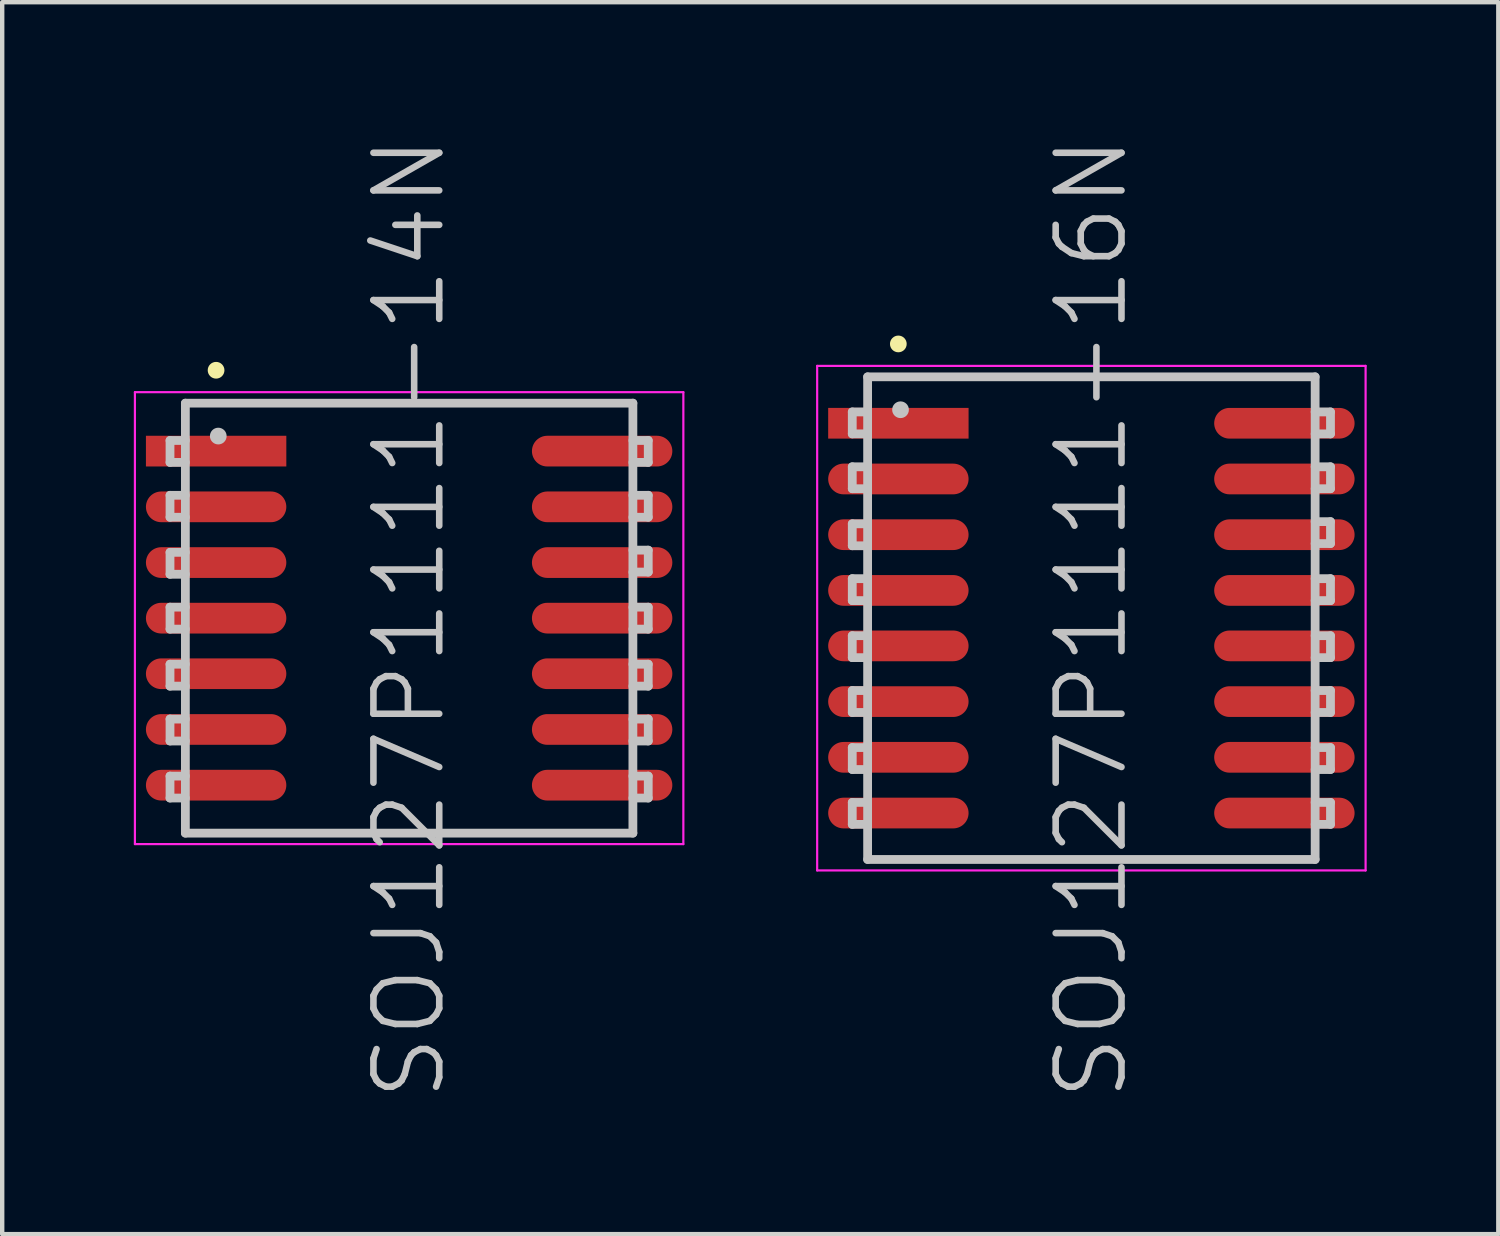
<source format=kicad_pcb>
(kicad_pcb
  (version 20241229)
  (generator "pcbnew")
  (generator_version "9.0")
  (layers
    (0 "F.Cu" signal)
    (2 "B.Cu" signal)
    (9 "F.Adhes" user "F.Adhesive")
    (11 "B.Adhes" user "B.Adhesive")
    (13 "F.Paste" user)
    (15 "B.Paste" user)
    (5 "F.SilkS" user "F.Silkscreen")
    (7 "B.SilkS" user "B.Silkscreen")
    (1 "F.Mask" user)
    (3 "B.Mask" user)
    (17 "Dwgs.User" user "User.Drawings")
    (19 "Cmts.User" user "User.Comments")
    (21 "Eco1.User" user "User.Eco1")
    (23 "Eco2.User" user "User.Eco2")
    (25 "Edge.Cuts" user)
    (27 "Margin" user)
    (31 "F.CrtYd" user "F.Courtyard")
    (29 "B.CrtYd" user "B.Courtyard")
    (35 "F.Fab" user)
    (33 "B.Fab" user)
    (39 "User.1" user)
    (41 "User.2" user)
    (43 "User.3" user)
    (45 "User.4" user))
  (footprint "SOJ127P1111-14N"
    (layer "F.Cu")
    (at 6.275 11.039)
    (property "Reference" "SOJ127P1111-14N" (at 0 0 90) (layer "Dwgs.User") (effects (font (size 1.5 1.5) (thickness 0.15))))
    (attr smd)
    (fp_line (start -4.4 -5.65) (end -4.4 -5.65) (stroke (width 0.381) (type solid)) (layer "F.SilkS"))
    (fp_line (start -5.45 -4.05) (end -5.45 -3.55) (stroke (width 0.2) (type solid)) (layer "Dwgs.User"))
    (fp_line (start -5.45 -3.55) (end -5.1 -3.55) (stroke (width 0.2) (type solid)) (layer "Dwgs.User"))
    (fp_line (start -5.45 -2.8) (end -5.45 -2.3) (stroke (width 0.2) (type solid)) (layer "Dwgs.User"))
    (fp_line (start -5.45 -2.3) (end -5.1 -2.3) (stroke (width 0.2) (type solid)) (layer "Dwgs.User"))
    (fp_line (start -5.45 -1.5) (end -5.45 -1) (stroke (width 0.2) (type solid)) (layer "Dwgs.User"))
    (fp_line (start -5.45 -1) (end -5.1 -1) (stroke (width 0.2) (type solid)) (layer "Dwgs.User"))
    (fp_line (start -5.45 -0.25) (end -5.45 0.25) (stroke (width 0.2) (type solid)) (layer "Dwgs.User"))
    (fp_line (start -5.45 0.25) (end -5.1 0.25) (stroke (width 0.2) (type solid)) (layer "Dwgs.User"))
    (fp_line (start -5.45 1.05) (end -5.45 1.55) (stroke (width 0.2) (type solid)) (layer "Dwgs.User"))
    (fp_line (start -5.45 1.55) (end -5.1 1.55) (stroke (width 0.2) (type solid)) (layer "Dwgs.User"))
    (fp_line (start -5.45 2.3) (end -5.45 2.8) (stroke (width 0.2) (type solid)) (layer "Dwgs.User"))
    (fp_line (start -5.45 2.8) (end -5.1 2.8) (stroke (width 0.2) (type solid)) (layer "Dwgs.User"))
    (fp_line (start -5.45 3.6) (end -5.45 4.1) (stroke (width 0.2) (type solid)) (layer "Dwgs.User"))
    (fp_line (start -5.45 4.1) (end -5.1 4.1) (stroke (width 0.2) (type solid)) (layer "Dwgs.User"))
    (fp_line (start -5.1 -4.9) (end -5.1 4.9) (stroke (width 0.2) (type solid)) (layer "Dwgs.User"))
    (fp_line (start -5.1 -4.9) (end 5.1 -4.9) (stroke (width 0.2) (type solid)) (layer "Dwgs.User"))
    (fp_line (start -5.1 -4.05) (end -5.45 -4.05) (stroke (width 0.2) (type solid)) (layer "Dwgs.User"))
    (fp_line (start -5.1 -2.8) (end -5.45 -2.8) (stroke (width 0.2) (type solid)) (layer "Dwgs.User"))
    (fp_line (start -5.1 -1.5) (end -5.45 -1.5) (stroke (width 0.2) (type solid)) (layer "Dwgs.User"))
    (fp_line (start -5.1 -0.25) (end -5.45 -0.25) (stroke (width 0.2) (type solid)) (layer "Dwgs.User"))
    (fp_line (start -5.1 1.05) (end -5.45 1.05) (stroke (width 0.2) (type solid)) (layer "Dwgs.User"))
    (fp_line (start -5.1 2.3) (end -5.45 2.3) (stroke (width 0.2) (type solid)) (layer "Dwgs.User"))
    (fp_line (start -5.1 3.6) (end -5.45 3.6) (stroke (width 0.2) (type solid)) (layer "Dwgs.User"))
    (fp_line (start -5.1 4.9) (end 5.1 4.9) (stroke (width 0.2) (type solid)) (layer "Dwgs.User"))
    (fp_line (start -4.35 -4.15) (end -4.35 -4.15) (stroke (width 0.381) (type solid)) (layer "Dwgs.User"))
    (fp_line (start 5.1 -4.9) (end 5.1 4.9) (stroke (width 0.2) (type solid)) (layer "Dwgs.User"))
    (fp_line (start 5.1 -4.05) (end 5.45 -4.05) (stroke (width 0.2) (type solid)) (layer "Dwgs.User"))
    (fp_line (start 5.1 -2.8) (end 5.45 -2.8) (stroke (width 0.2) (type solid)) (layer "Dwgs.User"))
    (fp_line (start 5.1 -1.55) (end 5.45 -1.55) (stroke (width 0.2) (type solid)) (layer "Dwgs.User"))
    (fp_line (start 5.1 -0.25) (end 5.45 -0.25) (stroke (width 0.2) (type solid)) (layer "Dwgs.User"))
    (fp_line (start 5.1 1.05) (end 5.45 1.05) (stroke (width 0.2) (type solid)) (layer "Dwgs.User"))
    (fp_line (start 5.1 2.3) (end 5.45 2.3) (stroke (width 0.2) (type solid)) (layer "Dwgs.User"))
    (fp_line (start 5.1 3.6) (end 5.45 3.6) (stroke (width 0.2) (type solid)) (layer "Dwgs.User"))
    (fp_line (start 5.45 -4.05) (end 5.45 -3.55) (stroke (width 0.2) (type solid)) (layer "Dwgs.User"))
    (fp_line (start 5.45 -3.55) (end 5.1 -3.55) (stroke (width 0.2) (type solid)) (layer "Dwgs.User"))
    (fp_line (start 5.45 -2.8) (end 5.45 -2.3) (stroke (width 0.2) (type solid)) (layer "Dwgs.User"))
    (fp_line (start 5.45 -2.3) (end 5.1 -2.3) (stroke (width 0.2) (type solid)) (layer "Dwgs.User"))
    (fp_line (start 5.45 -1.55) (end 5.45 -1.05) (stroke (width 0.2) (type solid)) (layer "Dwgs.User"))
    (fp_line (start 5.45 -1.05) (end 5.1 -1.05) (stroke (width 0.2) (type solid)) (layer "Dwgs.User"))
    (fp_line (start 5.45 -0.25) (end 5.45 0.25) (stroke (width 0.2) (type solid)) (layer "Dwgs.User"))
    (fp_line (start 5.45 0.25) (end 5.1 0.25) (stroke (width 0.2) (type solid)) (layer "Dwgs.User"))
    (fp_line (start 5.45 1.05) (end 5.45 1.55) (stroke (width 0.2) (type solid)) (layer "Dwgs.User"))
    (fp_line (start 5.45 1.55) (end 5.1 1.55) (stroke (width 0.2) (type solid)) (layer "Dwgs.User"))
    (fp_line (start 5.45 2.3) (end 5.45 2.8) (stroke (width 0.2) (type solid)) (layer "Dwgs.User"))
    (fp_line (start 5.45 2.8) (end 5.1 2.8) (stroke (width 0.2) (type solid)) (layer "Dwgs.User"))
    (fp_line (start 5.45 3.6) (end 5.45 4.1) (stroke (width 0.2) (type solid)) (layer "Dwgs.User"))
    (fp_line (start 5.45 4.1) (end 5.1 4.1) (stroke (width 0.2) (type solid)) (layer "Dwgs.User"))
    (fp_line (start -6.25 -5.15) (end -6.25 5.15) (stroke (width 0.05) (type solid)) (layer "F.CrtYd"))
    (fp_line (start -6.25 -5.15) (end 6.25 -5.15) (stroke (width 0.05) (type solid)) (layer "F.CrtYd"))
    (fp_line (start -6.25 5.15) (end 6.25 5.15) (stroke (width 0.05) (type solid)) (layer "F.CrtYd"))
    (fp_line (start 6.25 -5.15) (end 6.25 5.15) (stroke (width 0.05) (type solid)) (layer "F.CrtYd"))
    (pad "1" smd rect (at -4.399 -3.807 90) (size 0.7 3.2) (layers "F.Cu" "F.Mask" "F.Paste"))
    (pad "2" smd oval (at -4.399 -2.537 90) (size 0.7 3.2) (layers "F.Cu" "F.Mask" "F.Paste"))
    (pad "3" smd oval (at -4.399 -1.267 90) (size 0.7 3.2) (layers "F.Cu" "F.Mask" "F.Paste"))
    (pad "4" smd oval (at -4.399 0 90) (size 0.7 3.2) (layers "F.Cu" "F.Mask" "F.Paste"))
    (pad "5" smd oval (at -4.399 1.267 90) (size 0.7 3.2) (layers "F.Cu" "F.Mask" "F.Paste"))
    (pad "6" smd oval (at -4.399 2.537 90) (size 0.7 3.2) (layers "F.Cu" "F.Mask" "F.Paste"))
    (pad "7" smd oval (at -4.399 3.807 90) (size 0.7 3.2) (layers "F.Cu" "F.Mask" "F.Paste"))
    (pad "8" smd oval (at 4.399 3.807 270) (size 0.7 3.2) (layers "F.Cu" "F.Mask" "F.Paste"))
    (pad "9" smd oval (at 4.399 2.537 270) (size 0.7 3.2) (layers "F.Cu" "F.Mask" "F.Paste"))
    (pad "10" smd oval (at 4.399 1.267 270) (size 0.7 3.2) (layers "F.Cu" "F.Mask" "F.Paste"))
    (pad "11" smd oval (at 4.399 0 270) (size 0.7 3.2) (layers "F.Cu" "F.Mask" "F.Paste"))
    (pad "12" smd oval (at 4.399 -1.267 270) (size 0.7 3.2) (layers "F.Cu" "F.Mask" "F.Paste"))
    (pad "13" smd oval (at 4.399 -2.537 270) (size 0.7 3.2) (layers "F.Cu" "F.Mask" "F.Paste"))
    (pad "14" smd oval (at 4.399 -3.807 270) (size 0.7 3.2) (layers "F.Cu" "F.Mask" "F.Paste")))
  (footprint "SOJ127P1111-16N"
    (layer "F.Cu")
    (at 21.825 11.039)
    (property "Reference" "SOJ127P1111-16N" (at 0 0 90) (layer "Dwgs.User") (effects (font (size 1.5 1.5) (thickness 0.15))))
    (attr smd)
    (fp_line (start -4.4 -6.25) (end -4.4 -6.25) (stroke (width 0.381) (type solid)) (layer "F.SilkS"))
    (fp_line (start -5.45 -4.7) (end -5.45 -4.2) (stroke (width 0.2) (type solid)) (layer "Dwgs.User"))
    (fp_line (start -5.45 -4.2) (end -5.1 -4.2) (stroke (width 0.2) (type solid)) (layer "Dwgs.User"))
    (fp_line (start -5.45 -3.45) (end -5.45 -2.95) (stroke (width 0.2) (type solid)) (layer "Dwgs.User"))
    (fp_line (start -5.45 -2.95) (end -5.1 -2.95) (stroke (width 0.2) (type solid)) (layer "Dwgs.User"))
    (fp_line (start -5.45 -2.15) (end -5.45 -1.65) (stroke (width 0.2) (type solid)) (layer "Dwgs.User"))
    (fp_line (start -5.45 -1.65) (end -5.1 -1.65) (stroke (width 0.2) (type solid)) (layer "Dwgs.User"))
    (fp_line (start -5.45 -0.9) (end -5.45 -0.4) (stroke (width 0.2) (type solid)) (layer "Dwgs.User"))
    (fp_line (start -5.45 -0.4) (end -5.1 -0.4) (stroke (width 0.2) (type solid)) (layer "Dwgs.User"))
    (fp_line (start -5.45 0.4) (end -5.45 0.9) (stroke (width 0.2) (type solid)) (layer "Dwgs.User"))
    (fp_line (start -5.45 0.9) (end -5.1 0.9) (stroke (width 0.2) (type solid)) (layer "Dwgs.User"))
    (fp_line (start -5.45 1.65) (end -5.45 2.15) (stroke (width 0.2) (type solid)) (layer "Dwgs.User"))
    (fp_line (start -5.45 2.15) (end -5.1 2.15) (stroke (width 0.2) (type solid)) (layer "Dwgs.User"))
    (fp_line (start -5.45 2.95) (end -5.45 3.45) (stroke (width 0.2) (type solid)) (layer "Dwgs.User"))
    (fp_line (start -5.45 3.45) (end -5.1 3.45) (stroke (width 0.2) (type solid)) (layer "Dwgs.User"))
    (fp_line (start -5.45 4.2) (end -5.45 4.7) (stroke (width 0.2) (type solid)) (layer "Dwgs.User"))
    (fp_line (start -5.45 4.7) (end -5.1 4.7) (stroke (width 0.2) (type solid)) (layer "Dwgs.User"))
    (fp_line (start -5.1 -5.5) (end -5.1 5.5) (stroke (width 0.2) (type solid)) (layer "Dwgs.User"))
    (fp_line (start -5.1 -5.5) (end 5.1 -5.5) (stroke (width 0.2) (type solid)) (layer "Dwgs.User"))
    (fp_line (start -5.1 -4.7) (end -5.45 -4.7) (stroke (width 0.2) (type solid)) (layer "Dwgs.User"))
    (fp_line (start -5.1 -3.45) (end -5.45 -3.45) (stroke (width 0.2) (type solid)) (layer "Dwgs.User"))
    (fp_line (start -5.1 -2.15) (end -5.45 -2.15) (stroke (width 0.2) (type solid)) (layer "Dwgs.User"))
    (fp_line (start -5.1 -0.9) (end -5.45 -0.9) (stroke (width 0.2) (type solid)) (layer "Dwgs.User"))
    (fp_line (start -5.1 0.4) (end -5.45 0.4) (stroke (width 0.2) (type solid)) (layer "Dwgs.User"))
    (fp_line (start -5.1 1.65) (end -5.45 1.65) (stroke (width 0.2) (type solid)) (layer "Dwgs.User"))
    (fp_line (start -5.1 2.95) (end -5.45 2.95) (stroke (width 0.2) (type solid)) (layer "Dwgs.User"))
    (fp_line (start -5.1 4.2) (end -5.45 4.2) (stroke (width 0.2) (type solid)) (layer "Dwgs.User"))
    (fp_line (start -5.1 5.5) (end 5.1 5.5) (stroke (width 0.2) (type solid)) (layer "Dwgs.User"))
    (fp_line (start -4.35 -4.75) (end -4.35 -4.75) (stroke (width 0.381) (type solid)) (layer "Dwgs.User"))
    (fp_line (start 5.1 -5.5) (end 5.1 5.5) (stroke (width 0.2) (type solid)) (layer "Dwgs.User"))
    (fp_line (start 5.1 -4.7) (end 5.45 -4.7) (stroke (width 0.2) (type solid)) (layer "Dwgs.User"))
    (fp_line (start 5.1 -3.45) (end 5.45 -3.45) (stroke (width 0.2) (type solid)) (layer "Dwgs.User"))
    (fp_line (start 5.1 -2.2) (end 5.45 -2.2) (stroke (width 0.2) (type solid)) (layer "Dwgs.User"))
    (fp_line (start 5.1 -0.9) (end 5.45 -0.9) (stroke (width 0.2) (type solid)) (layer "Dwgs.User"))
    (fp_line (start 5.1 0.4) (end 5.45 0.4) (stroke (width 0.2) (type solid)) (layer "Dwgs.User"))
    (fp_line (start 5.1 1.65) (end 5.45 1.65) (stroke (width 0.2) (type solid)) (layer "Dwgs.User"))
    (fp_line (start 5.1 2.95) (end 5.45 2.95) (stroke (width 0.2) (type solid)) (layer "Dwgs.User"))
    (fp_line (start 5.1 4.2) (end 5.45 4.2) (stroke (width 0.2) (type solid)) (layer "Dwgs.User"))
    (fp_line (start 5.45 -4.7) (end 5.45 -4.2) (stroke (width 0.2) (type solid)) (layer "Dwgs.User"))
    (fp_line (start 5.45 -4.2) (end 5.1 -4.2) (stroke (width 0.2) (type solid)) (layer "Dwgs.User"))
    (fp_line (start 5.45 -3.45) (end 5.45 -2.95) (stroke (width 0.2) (type solid)) (layer "Dwgs.User"))
    (fp_line (start 5.45 -2.95) (end 5.1 -2.95) (stroke (width 0.2) (type solid)) (layer "Dwgs.User"))
    (fp_line (start 5.45 -2.2) (end 5.45 -1.7) (stroke (width 0.2) (type solid)) (layer "Dwgs.User"))
    (fp_line (start 5.45 -1.7) (end 5.1 -1.7) (stroke (width 0.2) (type solid)) (layer "Dwgs.User"))
    (fp_line (start 5.45 -0.9) (end 5.45 -0.4) (stroke (width 0.2) (type solid)) (layer "Dwgs.User"))
    (fp_line (start 5.45 -0.4) (end 5.1 -0.4) (stroke (width 0.2) (type solid)) (layer "Dwgs.User"))
    (fp_line (start 5.45 0.4) (end 5.45 0.9) (stroke (width 0.2) (type solid)) (layer "Dwgs.User"))
    (fp_line (start 5.45 0.9) (end 5.1 0.9) (stroke (width 0.2) (type solid)) (layer "Dwgs.User"))
    (fp_line (start 5.45 1.65) (end 5.45 2.15) (stroke (width 0.2) (type solid)) (layer "Dwgs.User"))
    (fp_line (start 5.45 2.15) (end 5.1 2.15) (stroke (width 0.2) (type solid)) (layer "Dwgs.User"))
    (fp_line (start 5.45 2.95) (end 5.45 3.45) (stroke (width 0.2) (type solid)) (layer "Dwgs.User"))
    (fp_line (start 5.45 3.45) (end 5.1 3.45) (stroke (width 0.2) (type solid)) (layer "Dwgs.User"))
    (fp_line (start 5.45 4.2) (end 5.45 4.7) (stroke (width 0.2) (type solid)) (layer "Dwgs.User"))
    (fp_line (start 5.45 4.7) (end 5.1 4.7) (stroke (width 0.2) (type solid)) (layer "Dwgs.User"))
    (fp_line (start -6.25 -5.75) (end -6.25 5.75) (stroke (width 0.05) (type solid)) (layer "F.CrtYd"))
    (fp_line (start -6.25 -5.75) (end 6.25 -5.75) (stroke (width 0.05) (type solid)) (layer "F.CrtYd"))
    (fp_line (start -6.25 5.75) (end 6.25 5.75) (stroke (width 0.05) (type solid)) (layer "F.CrtYd"))
    (fp_line (start 6.25 -5.75) (end 6.25 5.75) (stroke (width 0.05) (type solid)) (layer "F.CrtYd"))
    (pad "1" smd rect (at -4.399 -4.442 90) (size 0.7 3.2) (layers "F.Cu" "F.Mask" "F.Paste"))
    (pad "2" smd oval (at -4.399 -3.172 90) (size 0.7 3.2) (layers "F.Cu" "F.Mask" "F.Paste"))
    (pad "3" smd oval (at -4.399 -1.902 90) (size 0.7 3.2) (layers "F.Cu" "F.Mask" "F.Paste"))
    (pad "4" smd oval (at -4.399 -0.632 90) (size 0.7 3.2) (layers "F.Cu" "F.Mask" "F.Paste"))
    (pad "5" smd oval (at -4.399 0.632 90) (size 0.7 3.2) (layers "F.Cu" "F.Mask" "F.Paste"))
    (pad "6" smd oval (at -4.399 1.902 90) (size 0.7 3.2) (layers "F.Cu" "F.Mask" "F.Paste"))
    (pad "7" smd oval (at -4.399 3.172 90) (size 0.7 3.2) (layers "F.Cu" "F.Mask" "F.Paste"))
    (pad "8" smd oval (at -4.399 4.442 90) (size 0.7 3.2) (layers "F.Cu" "F.Mask" "F.Paste"))
    (pad "9" smd oval (at 4.399 4.442 270) (size 0.7 3.2) (layers "F.Cu" "F.Mask" "F.Paste"))
    (pad "10" smd oval (at 4.399 3.172 270) (size 0.7 3.2) (layers "F.Cu" "F.Mask" "F.Paste"))
    (pad "11" smd oval (at 4.399 1.902 270) (size 0.7 3.2) (layers "F.Cu" "F.Mask" "F.Paste"))
    (pad "12" smd oval (at 4.399 0.632 270) (size 0.7 3.2) (layers "F.Cu" "F.Mask" "F.Paste"))
    (pad "13" smd oval (at 4.399 -0.632 270) (size 0.7 3.2) (layers "F.Cu" "F.Mask" "F.Paste"))
    (pad "14" smd oval (at 4.399 -1.902 270) (size 0.7 3.2) (layers "F.Cu" "F.Mask" "F.Paste"))
    (pad "15" smd oval (at 4.399 -3.172 270) (size 0.7 3.2) (layers "F.Cu" "F.Mask" "F.Paste"))
    (pad "16" smd oval (at 4.399 -4.442 270) (size 0.7 3.2) (layers "F.Cu" "F.Mask" "F.Paste")))
  (gr_rect
    (start -3 -3)
    (end 31.1 25.079)
    (stroke (width 0.1) (type default))
    (fill no)
    (layer "Edge.Cuts")))
</source>
